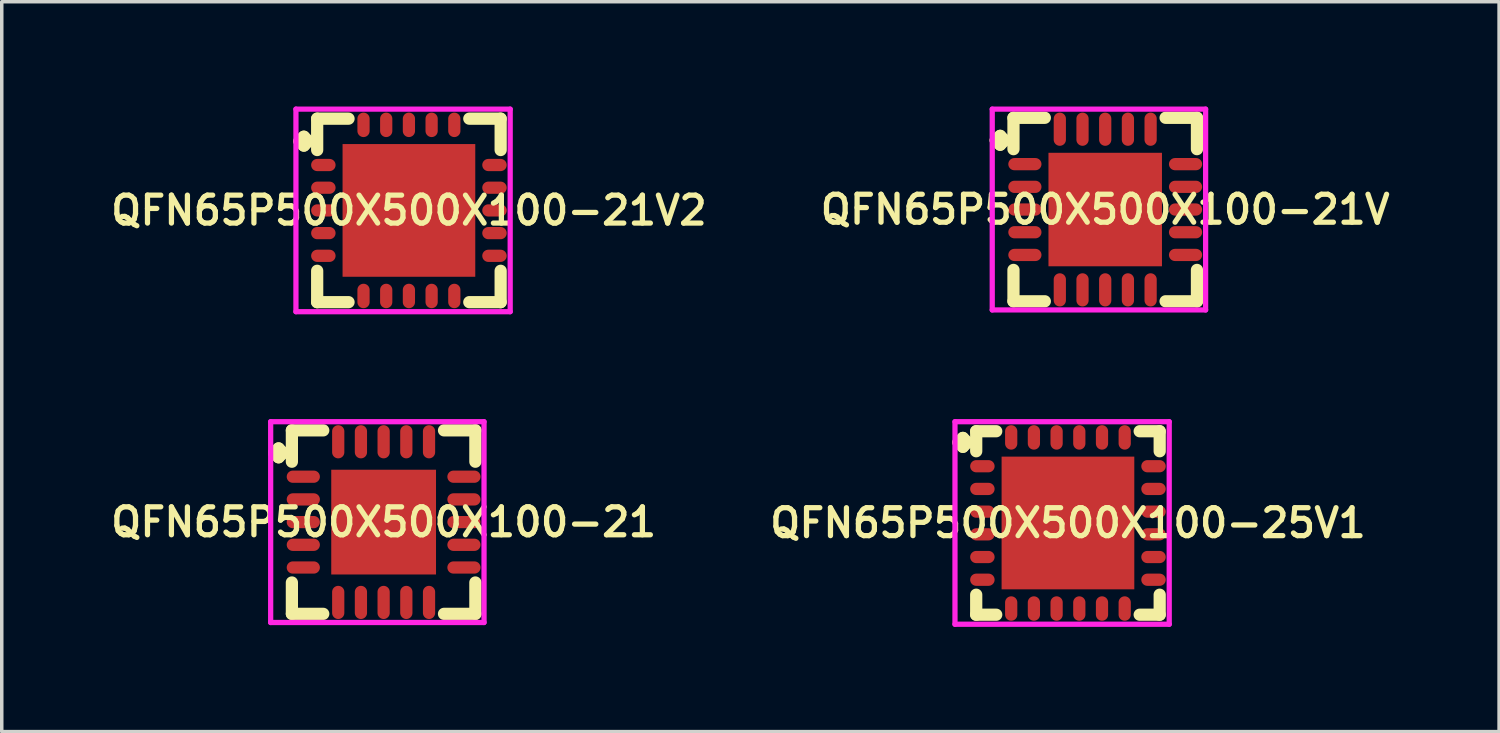
<source format=kicad_pcb>
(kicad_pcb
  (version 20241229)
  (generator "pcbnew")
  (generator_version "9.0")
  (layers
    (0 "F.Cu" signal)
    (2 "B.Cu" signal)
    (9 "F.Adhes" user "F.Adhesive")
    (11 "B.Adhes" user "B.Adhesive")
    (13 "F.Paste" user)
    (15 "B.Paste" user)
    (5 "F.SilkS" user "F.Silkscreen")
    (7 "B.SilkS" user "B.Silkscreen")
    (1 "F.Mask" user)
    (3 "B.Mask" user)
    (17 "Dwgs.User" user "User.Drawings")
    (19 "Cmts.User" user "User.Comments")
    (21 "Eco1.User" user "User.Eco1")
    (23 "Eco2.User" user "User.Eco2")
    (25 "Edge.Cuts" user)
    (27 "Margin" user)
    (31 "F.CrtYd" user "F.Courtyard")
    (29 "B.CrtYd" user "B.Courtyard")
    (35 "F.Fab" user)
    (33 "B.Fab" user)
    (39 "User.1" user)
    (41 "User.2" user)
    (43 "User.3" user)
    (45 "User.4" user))
  (footprint "QFN65P500X500X100-21V2"
    (layer "F.Cu")
    (at 8.659 2.975)
    (property "Reference" "QFN65P500X500X100-21V2" (at 0 0 0) (layer "F.SilkS") (effects (font (size 0.8 0.8) (thickness 0.15))))
    (attr smd)
    (fp_line (start -3.135 -1.983) (end -3.008 -2.11) (stroke (width 0.35) (type solid)) (layer "F.SilkS"))
    (fp_line (start -3.008 -2.11) (end -2.881 -1.983) (stroke (width 0.35) (type solid)) (layer "F.SilkS"))
    (fp_line (start -3.008 -1.856) (end -3.135 -1.983) (stroke (width 0.35) (type solid)) (layer "F.SilkS"))
    (fp_line (start -2.881 -1.983) (end -3.008 -1.856) (stroke (width 0.35) (type solid)) (layer "F.SilkS"))
    (fp_line (start -2.627 -2.627) (end -1.729 -2.627) (stroke (width 0.35) (type solid)) (layer "F.SilkS"))
    (fp_line (start -2.627 -1.729) (end -2.627 -2.627) (stroke (width 0.35) (type solid)) (layer "F.SilkS"))
    (fp_line (start -2.627 1.729) (end -2.627 2.627) (stroke (width 0.35) (type solid)) (layer "F.SilkS"))
    (fp_line (start -2.627 2.627) (end -1.729 2.627) (stroke (width 0.35) (type solid)) (layer "F.SilkS"))
    (fp_line (start 1.729 -2.627) (end 2.627 -2.627) (stroke (width 0.35) (type solid)) (layer "F.SilkS"))
    (fp_line (start 1.729 2.627) (end 2.627 2.627) (stroke (width 0.35) (type solid)) (layer "F.SilkS"))
    (fp_line (start 2.627 -2.627) (end 2.627 -1.729) (stroke (width 0.35) (type solid)) (layer "F.SilkS"))
    (fp_line (start 2.627 2.627) (end 2.627 1.729) (stroke (width 0.35) (type solid)) (layer "F.SilkS"))
    (fp_line (start -3.235 -2.9) (end 2.9 -2.9) (stroke (width 0.15) (type solid)) (layer "F.CrtYd"))
    (fp_line (start -3.235 2.9) (end -3.235 -2.9) (stroke (width 0.15) (type solid)) (layer "F.CrtYd"))
    (fp_line (start 2.9 -2.9) (end 2.9 2.9) (stroke (width 0.15) (type solid)) (layer "F.CrtYd"))
    (fp_line (start 2.9 2.9) (end -3.235 2.9) (stroke (width 0.15) (type solid)) (layer "F.CrtYd"))
    (pad "1" smd oval (at -2.45 -1.3) (size 0.7 0.35) (layers "F.Cu" "F.Mask" "F.Paste"))
    (pad "2" smd oval (at -2.45 -0.65) (size 0.7 0.35) (layers "F.Cu" "F.Mask" "F.Paste"))
    (pad "3" smd oval (at -2.45 0) (size 0.7 0.35) (layers "F.Cu" "F.Mask" "F.Paste"))
    (pad "4" smd oval (at -2.45 0.65) (size 0.7 0.35) (layers "F.Cu" "F.Mask" "F.Paste"))
    (pad "5" smd oval (at -2.45 1.3) (size 0.7 0.35) (layers "F.Cu" "F.Mask" "F.Paste"))
    (pad "6" smd oval (at -1.3 2.45) (size 0.35 0.7) (layers "F.Cu" "F.Mask" "F.Paste"))
    (pad "7" smd oval (at -0.65 2.45) (size 0.35 0.7) (layers "F.Cu" "F.Mask" "F.Paste"))
    (pad "8" smd oval (at 0 2.45) (size 0.35 0.7) (layers "F.Cu" "F.Mask" "F.Paste"))
    (pad "9" smd oval (at 0.65 2.45) (size 0.35 0.7) (layers "F.Cu" "F.Mask" "F.Paste"))
    (pad "10" smd oval (at 1.3 2.45) (size 0.35 0.7) (layers "F.Cu" "F.Mask" "F.Paste"))
    (pad "11" smd oval (at 2.45 1.3) (size 0.7 0.35) (layers "F.Cu" "F.Mask" "F.Paste"))
    (pad "12" smd oval (at 2.45 0.65) (size 0.7 0.35) (layers "F.Cu" "F.Mask" "F.Paste"))
    (pad "13" smd oval (at 2.45 0) (size 0.7 0.35) (layers "F.Cu" "F.Mask" "F.Paste"))
    (pad "14" smd oval (at 2.45 -0.65) (size 0.7 0.35) (layers "F.Cu" "F.Mask" "F.Paste"))
    (pad "15" smd oval (at 2.45 -1.3) (size 0.7 0.35) (layers "F.Cu" "F.Mask" "F.Paste"))
    (pad "16" smd oval (at 1.3 -2.45) (size 0.35 0.7) (layers "F.Cu" "F.Mask" "F.Paste"))
    (pad "17" smd oval (at 0.65 -2.45) (size 0.35 0.7) (layers "F.Cu" "F.Mask" "F.Paste"))
    (pad "18" smd oval (at 0 -2.45) (size 0.35 0.7) (layers "F.Cu" "F.Mask" "F.Paste"))
    (pad "19" smd oval (at -0.65 -2.45) (size 0.35 0.7) (layers "F.Cu" "F.Mask" "F.Paste"))
    (pad "20" smd oval (at -1.3 -2.45) (size 0.35 0.7) (layers "F.Cu" "F.Mask" "F.Paste"))
    (pad "21" smd rect (at 0 0) (size 3.8 3.8) (layers "F.Cu" "F.Mask" "F.Paste")))
  (footprint "QFN65P500X500X100-21"
    (layer "F.Cu")
    (at 7.935 11.9)
    (property "Reference" "QFN65P500X500X100-21" (at 0 0 0) (layer "F.SilkS") (effects (font (size 0.8 0.8) (thickness 0.15))))
    (attr smd)
    (fp_line (start -3.135 -1.983) (end -3.008 -2.11) (stroke (width 0.35) (type solid)) (layer "F.SilkS"))
    (fp_line (start -3.008 -2.11) (end -2.881 -1.983) (stroke (width 0.35) (type solid)) (layer "F.SilkS"))
    (fp_line (start -3.008 -1.856) (end -3.135 -1.983) (stroke (width 0.35) (type solid)) (layer "F.SilkS"))
    (fp_line (start -2.881 -1.983) (end -3.008 -1.856) (stroke (width 0.35) (type solid)) (layer "F.SilkS"))
    (fp_line (start -2.627 -2.627) (end -1.729 -2.627) (stroke (width 0.35) (type solid)) (layer "F.SilkS"))
    (fp_line (start -2.627 -1.729) (end -2.627 -2.627) (stroke (width 0.35) (type solid)) (layer "F.SilkS"))
    (fp_line (start -2.627 1.729) (end -2.627 2.627) (stroke (width 0.35) (type solid)) (layer "F.SilkS"))
    (fp_line (start -2.627 2.627) (end -1.729 2.627) (stroke (width 0.35) (type solid)) (layer "F.SilkS"))
    (fp_line (start 1.729 -2.627) (end 2.627 -2.627) (stroke (width 0.35) (type solid)) (layer "F.SilkS"))
    (fp_line (start 1.729 2.627) (end 2.627 2.627) (stroke (width 0.35) (type solid)) (layer "F.SilkS"))
    (fp_line (start 2.627 -2.627) (end 2.627 -1.729) (stroke (width 0.35) (type solid)) (layer "F.SilkS"))
    (fp_line (start 2.627 2.627) (end 2.627 1.729) (stroke (width 0.35) (type solid)) (layer "F.SilkS"))
    (fp_line (start -3.235 -2.875) (end 2.875 -2.875) (stroke (width 0.15) (type solid)) (layer "F.CrtYd"))
    (fp_line (start -3.235 2.875) (end -3.235 -2.875) (stroke (width 0.15) (type solid)) (layer "F.CrtYd"))
    (fp_line (start 2.875 -2.875) (end 2.875 2.875) (stroke (width 0.15) (type solid)) (layer "F.CrtYd"))
    (fp_line (start 2.875 2.875) (end -3.235 2.875) (stroke (width 0.15) (type solid)) (layer "F.CrtYd"))
    (pad "1" smd oval (at -2.3 -1.3) (size 0.95 0.35) (layers "F.Cu" "F.Mask" "F.Paste"))
    (pad "2" smd oval (at -2.3 -0.65) (size 0.95 0.35) (layers "F.Cu" "F.Mask" "F.Paste"))
    (pad "3" smd oval (at -2.3 0) (size 0.95 0.35) (layers "F.Cu" "F.Mask" "F.Paste"))
    (pad "4" smd oval (at -2.3 0.65) (size 0.95 0.35) (layers "F.Cu" "F.Mask" "F.Paste"))
    (pad "5" smd oval (at -2.3 1.3) (size 0.95 0.35) (layers "F.Cu" "F.Mask" "F.Paste"))
    (pad "6" smd oval (at -1.3 2.3) (size 0.35 0.95) (layers "F.Cu" "F.Mask" "F.Paste"))
    (pad "7" smd oval (at -0.65 2.3) (size 0.35 0.95) (layers "F.Cu" "F.Mask" "F.Paste"))
    (pad "8" smd oval (at 0 2.3) (size 0.35 0.95) (layers "F.Cu" "F.Mask" "F.Paste"))
    (pad "9" smd oval (at 0.65 2.3) (size 0.35 0.95) (layers "F.Cu" "F.Mask" "F.Paste"))
    (pad "10" smd oval (at 1.3 2.3) (size 0.35 0.95) (layers "F.Cu" "F.Mask" "F.Paste"))
    (pad "11" smd oval (at 2.3 1.3) (size 0.95 0.35) (layers "F.Cu" "F.Mask" "F.Paste"))
    (pad "12" smd oval (at 2.3 0.65) (size 0.95 0.35) (layers "F.Cu" "F.Mask" "F.Paste"))
    (pad "13" smd oval (at 2.3 0) (size 0.95 0.35) (layers "F.Cu" "F.Mask" "F.Paste"))
    (pad "14" smd oval (at 2.3 -0.65) (size 0.95 0.35) (layers "F.Cu" "F.Mask" "F.Paste"))
    (pad "15" smd oval (at 2.3 -1.3) (size 0.95 0.35) (layers "F.Cu" "F.Mask" "F.Paste"))
    (pad "16" smd oval (at 1.3 -2.3) (size 0.35 0.95) (layers "F.Cu" "F.Mask" "F.Paste"))
    (pad "17" smd oval (at 0.65 -2.3) (size 0.35 0.95) (layers "F.Cu" "F.Mask" "F.Paste"))
    (pad "18" smd oval (at 0 -2.3) (size 0.35 0.95) (layers "F.Cu" "F.Mask" "F.Paste"))
    (pad "19" smd oval (at -0.65 -2.3) (size 0.35 0.95) (layers "F.Cu" "F.Mask" "F.Paste"))
    (pad "20" smd oval (at -1.3 -2.3) (size 0.35 0.95) (layers "F.Cu" "F.Mask" "F.Paste"))
    (pad "21" smd rect (at 0 0) (size 3 3) (layers "F.Cu" "F.Mask" "F.Paste")))
  (footprint "QFN65P500X500X100-25V1"
    (layer "F.Cu")
    (at 27.53 11.925)
    (property "Reference" "QFN65P500X500X100-25V1" (at 0 0 0) (layer "F.SilkS") (effects (font (size 0.8 0.8) (thickness 0.15))))
    (attr smd)
    (fp_line (start -3.135 -2.308) (end -3.008 -2.435) (stroke (width 0.35) (type solid)) (layer "F.SilkS"))
    (fp_line (start -3.008 -2.435) (end -2.881 -2.308) (stroke (width 0.35) (type solid)) (layer "F.SilkS"))
    (fp_line (start -3.008 -2.181) (end -3.135 -2.308) (stroke (width 0.35) (type solid)) (layer "F.SilkS"))
    (fp_line (start -2.881 -2.308) (end -3.008 -2.181) (stroke (width 0.35) (type solid)) (layer "F.SilkS"))
    (fp_line (start -2.627 -2.627) (end -2.054 -2.627) (stroke (width 0.35) (type solid)) (layer "F.SilkS"))
    (fp_line (start -2.627 -2.054) (end -2.627 -2.627) (stroke (width 0.35) (type solid)) (layer "F.SilkS"))
    (fp_line (start -2.627 2.054) (end -2.627 2.627) (stroke (width 0.35) (type solid)) (layer "F.SilkS"))
    (fp_line (start -2.627 2.627) (end -2.054 2.627) (stroke (width 0.35) (type solid)) (layer "F.SilkS"))
    (fp_line (start 2.054 -2.627) (end 2.627 -2.627) (stroke (width 0.35) (type solid)) (layer "F.SilkS"))
    (fp_line (start 2.054 2.627) (end 2.627 2.627) (stroke (width 0.35) (type solid)) (layer "F.SilkS"))
    (fp_line (start 2.627 -2.627) (end 2.627 -2.054) (stroke (width 0.35) (type solid)) (layer "F.SilkS"))
    (fp_line (start 2.627 2.627) (end 2.627 2.054) (stroke (width 0.35) (type solid)) (layer "F.SilkS"))
    (fp_line (start -3.235 -2.9) (end 2.9 -2.9) (stroke (width 0.15) (type solid)) (layer "F.CrtYd"))
    (fp_line (start -3.235 2.9) (end -3.235 -2.9) (stroke (width 0.15) (type solid)) (layer "F.CrtYd"))
    (fp_line (start 2.9 -2.9) (end 2.9 2.9) (stroke (width 0.15) (type solid)) (layer "F.CrtYd"))
    (fp_line (start 2.9 2.9) (end -3.235 2.9) (stroke (width 0.15) (type solid)) (layer "F.CrtYd"))
    (pad "1" smd oval (at -2.45 -1.625) (size 0.7 0.35) (layers "F.Cu" "F.Mask" "F.Paste"))
    (pad "2" smd oval (at -2.45 -0.975) (size 0.7 0.35) (layers "F.Cu" "F.Mask" "F.Paste"))
    (pad "3" smd oval (at -2.45 -0.325) (size 0.7 0.35) (layers "F.Cu" "F.Mask" "F.Paste"))
    (pad "4" smd oval (at -2.45 0.325) (size 0.7 0.35) (layers "F.Cu" "F.Mask" "F.Paste"))
    (pad "5" smd oval (at -2.45 0.975) (size 0.7 0.35) (layers "F.Cu" "F.Mask" "F.Paste"))
    (pad "6" smd oval (at -2.45 1.625) (size 0.7 0.35) (layers "F.Cu" "F.Mask" "F.Paste"))
    (pad "7" smd oval (at -1.625 2.45) (size 0.35 0.7) (layers "F.Cu" "F.Mask" "F.Paste"))
    (pad "8" smd oval (at -0.975 2.45) (size 0.35 0.7) (layers "F.Cu" "F.Mask" "F.Paste"))
    (pad "9" smd oval (at -0.325 2.45) (size 0.35 0.7) (layers "F.Cu" "F.Mask" "F.Paste"))
    (pad "10" smd oval (at 0.325 2.45) (size 0.35 0.7) (layers "F.Cu" "F.Mask" "F.Paste"))
    (pad "11" smd oval (at 0.975 2.45) (size 0.35 0.7) (layers "F.Cu" "F.Mask" "F.Paste"))
    (pad "12" smd oval (at 1.625 2.45) (size 0.35 0.7) (layers "F.Cu" "F.Mask" "F.Paste"))
    (pad "13" smd oval (at 2.45 1.625) (size 0.7 0.35) (layers "F.Cu" "F.Mask" "F.Paste"))
    (pad "14" smd oval (at 2.45 0.975) (size 0.7 0.35) (layers "F.Cu" "F.Mask" "F.Paste"))
    (pad "15" smd oval (at 2.45 0.325) (size 0.7 0.35) (layers "F.Cu" "F.Mask" "F.Paste"))
    (pad "16" smd oval (at 2.45 -0.325) (size 0.7 0.35) (layers "F.Cu" "F.Mask" "F.Paste"))
    (pad "17" smd oval (at 2.45 -0.975) (size 0.7 0.35) (layers "F.Cu" "F.Mask" "F.Paste"))
    (pad "18" smd oval (at 2.45 -1.625) (size 0.7 0.35) (layers "F.Cu" "F.Mask" "F.Paste"))
    (pad "19" smd oval (at 1.625 -2.45) (size 0.35 0.7) (layers "F.Cu" "F.Mask" "F.Paste"))
    (pad "20" smd oval (at 0.975 -2.45) (size 0.35 0.7) (layers "F.Cu" "F.Mask" "F.Paste"))
    (pad "21" smd oval (at 0.325 -2.45) (size 0.35 0.7) (layers "F.Cu" "F.Mask" "F.Paste"))
    (pad "22" smd oval (at -0.325 -2.45) (size 0.35 0.7) (layers "F.Cu" "F.Mask" "F.Paste"))
    (pad "23" smd oval (at -0.975 -2.45) (size 0.35 0.7) (layers "F.Cu" "F.Mask" "F.Paste"))
    (pad "24" smd oval (at -1.625 -2.45) (size 0.35 0.7) (layers "F.Cu" "F.Mask" "F.Paste"))
    (pad "25" smd rect (at 0 0) (size 3.8 3.8) (layers "F.Cu" "F.Mask" "F.Paste")))
  (footprint "QFN65P500X500X100-21V"
    (layer "F.Cu")
    (at 28.597 2.95)
    (property "Reference" "QFN65P500X500X100-21V" (at 0 0 0) (layer "F.SilkS") (effects (font (size 0.8 0.8) (thickness 0.15))))
    (attr smd)
    (fp_line (start -3.135 -1.983) (end -3.008 -2.11) (stroke (width 0.35) (type solid)) (layer "F.SilkS"))
    (fp_line (start -3.008 -2.11) (end -2.881 -1.983) (stroke (width 0.35) (type solid)) (layer "F.SilkS"))
    (fp_line (start -3.008 -1.856) (end -3.135 -1.983) (stroke (width 0.35) (type solid)) (layer "F.SilkS"))
    (fp_line (start -2.881 -1.983) (end -3.008 -1.856) (stroke (width 0.35) (type solid)) (layer "F.SilkS"))
    (fp_line (start -2.627 -2.627) (end -1.729 -2.627) (stroke (width 0.35) (type solid)) (layer "F.SilkS"))
    (fp_line (start -2.627 -1.729) (end -2.627 -2.627) (stroke (width 0.35) (type solid)) (layer "F.SilkS"))
    (fp_line (start -2.627 1.729) (end -2.627 2.627) (stroke (width 0.35) (type solid)) (layer "F.SilkS"))
    (fp_line (start -2.627 2.627) (end -1.729 2.627) (stroke (width 0.35) (type solid)) (layer "F.SilkS"))
    (fp_line (start 1.729 -2.627) (end 2.627 -2.627) (stroke (width 0.35) (type solid)) (layer "F.SilkS"))
    (fp_line (start 1.729 2.627) (end 2.627 2.627) (stroke (width 0.35) (type solid)) (layer "F.SilkS"))
    (fp_line (start 2.627 -2.627) (end 2.627 -1.729) (stroke (width 0.35) (type solid)) (layer "F.SilkS"))
    (fp_line (start 2.627 2.627) (end 2.627 1.729) (stroke (width 0.35) (type solid)) (layer "F.SilkS"))
    (fp_line (start -3.235 -2.875) (end 2.875 -2.875) (stroke (width 0.15) (type solid)) (layer "F.CrtYd"))
    (fp_line (start -3.235 2.875) (end -3.235 -2.875) (stroke (width 0.15) (type solid)) (layer "F.CrtYd"))
    (fp_line (start 2.875 -2.875) (end 2.875 2.875) (stroke (width 0.15) (type solid)) (layer "F.CrtYd"))
    (fp_line (start 2.875 2.875) (end -3.235 2.875) (stroke (width 0.15) (type solid)) (layer "F.CrtYd"))
    (pad "1" smd oval (at -2.3 -1.3) (size 0.95 0.35) (layers "F.Cu" "F.Mask" "F.Paste"))
    (pad "2" smd oval (at -2.3 -0.65) (size 0.95 0.35) (layers "F.Cu" "F.Mask" "F.Paste"))
    (pad "3" smd oval (at -2.3 0) (size 0.95 0.35) (layers "F.Cu" "F.Mask" "F.Paste"))
    (pad "4" smd oval (at -2.3 0.65) (size 0.95 0.35) (layers "F.Cu" "F.Mask" "F.Paste"))
    (pad "5" smd oval (at -2.3 1.3) (size 0.95 0.35) (layers "F.Cu" "F.Mask" "F.Paste"))
    (pad "6" smd oval (at -1.3 2.3) (size 0.35 0.95) (layers "F.Cu" "F.Mask" "F.Paste"))
    (pad "7" smd oval (at -0.65 2.3) (size 0.35 0.95) (layers "F.Cu" "F.Mask" "F.Paste"))
    (pad "8" smd oval (at 0 2.3) (size 0.35 0.95) (layers "F.Cu" "F.Mask" "F.Paste"))
    (pad "9" smd oval (at 0.65 2.3) (size 0.35 0.95) (layers "F.Cu" "F.Mask" "F.Paste"))
    (pad "10" smd oval (at 1.3 2.3) (size 0.35 0.95) (layers "F.Cu" "F.Mask" "F.Paste"))
    (pad "11" smd oval (at 2.3 1.3) (size 0.95 0.35) (layers "F.Cu" "F.Mask" "F.Paste"))
    (pad "12" smd oval (at 2.3 0.65) (size 0.95 0.35) (layers "F.Cu" "F.Mask" "F.Paste"))
    (pad "13" smd oval (at 2.3 0) (size 0.95 0.35) (layers "F.Cu" "F.Mask" "F.Paste"))
    (pad "14" smd oval (at 2.3 -0.65) (size 0.95 0.35) (layers "F.Cu" "F.Mask" "F.Paste"))
    (pad "15" smd oval (at 2.3 -1.3) (size 0.95 0.35) (layers "F.Cu" "F.Mask" "F.Paste"))
    (pad "16" smd oval (at 1.3 -2.3) (size 0.35 0.95) (layers "F.Cu" "F.Mask" "F.Paste"))
    (pad "17" smd oval (at 0.65 -2.3) (size 0.35 0.95) (layers "F.Cu" "F.Mask" "F.Paste"))
    (pad "18" smd oval (at 0 -2.3) (size 0.35 0.95) (layers "F.Cu" "F.Mask" "F.Paste"))
    (pad "19" smd oval (at -0.65 -2.3) (size 0.35 0.95) (layers "F.Cu" "F.Mask" "F.Paste"))
    (pad "20" smd oval (at -1.3 -2.3) (size 0.35 0.95) (layers "F.Cu" "F.Mask" "F.Paste"))
    (pad "21" smd rect (at 0 0) (size 3.25 3.25) (layers "F.Cu" "F.Mask" "F.Paste")))
  (gr_rect
    (start -3 -3)
    (end 39.875 17.9)
    (stroke (width 0.1) (type default))
    (fill no)
    (layer "Edge.Cuts")))
</source>
